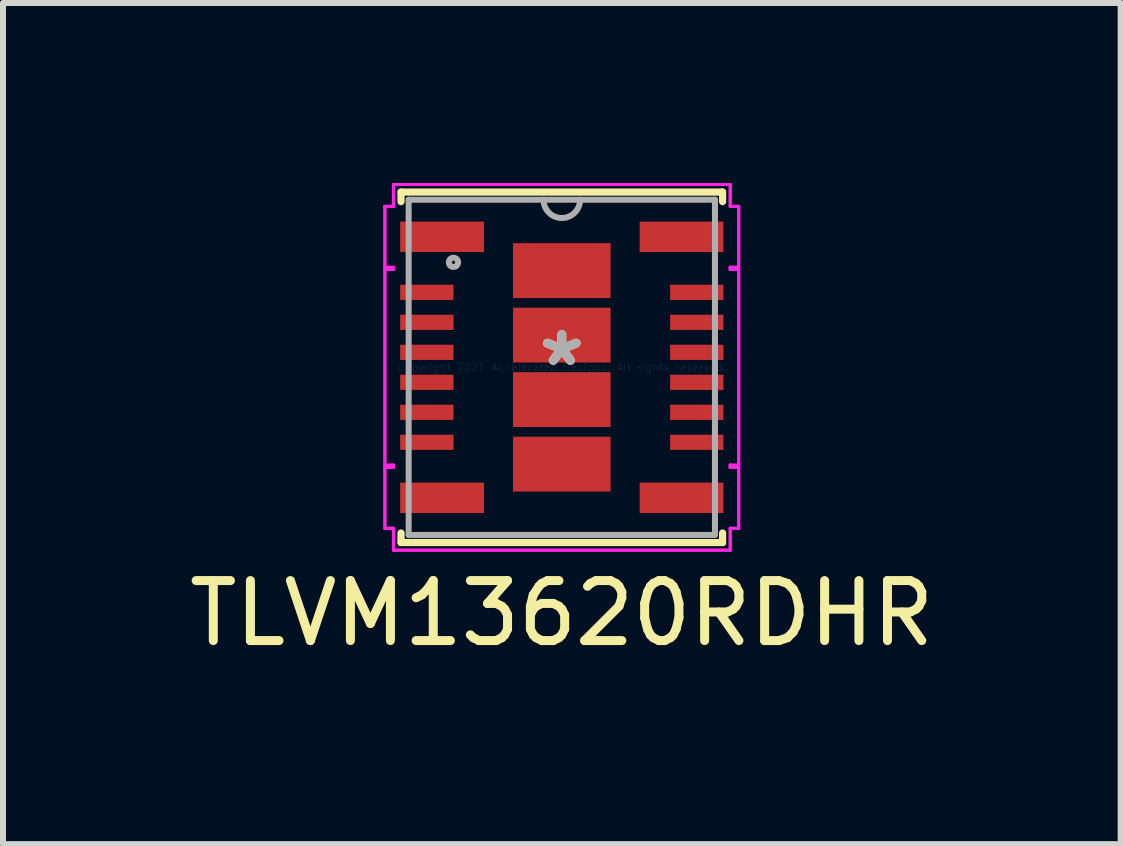
<source format=kicad_pcb>
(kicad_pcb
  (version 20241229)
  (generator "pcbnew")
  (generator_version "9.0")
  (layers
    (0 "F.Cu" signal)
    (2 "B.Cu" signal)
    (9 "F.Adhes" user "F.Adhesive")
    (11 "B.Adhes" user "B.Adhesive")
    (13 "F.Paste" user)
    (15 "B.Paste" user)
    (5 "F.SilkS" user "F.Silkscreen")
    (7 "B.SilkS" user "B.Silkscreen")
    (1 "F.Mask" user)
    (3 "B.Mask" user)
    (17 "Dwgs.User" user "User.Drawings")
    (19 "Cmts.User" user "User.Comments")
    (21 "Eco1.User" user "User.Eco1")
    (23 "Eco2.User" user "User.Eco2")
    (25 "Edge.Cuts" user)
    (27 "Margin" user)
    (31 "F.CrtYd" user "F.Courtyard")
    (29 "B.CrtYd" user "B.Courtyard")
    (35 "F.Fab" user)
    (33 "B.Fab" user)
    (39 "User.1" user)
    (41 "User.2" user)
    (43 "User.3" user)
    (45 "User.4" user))
  (footprint "TLVM13620RDHR"
    (layer "F.Cu")
    (at 6.315 3.073)
    (property "Reference" "TLVM13620RDHR" (at 0 4.1 0) (layer "F.SilkS") (effects (font (size 1 1) (thickness 0.15))))
    (attr through_hole)
    (fp_line (start -2.68 -2.921) (end 2.68 -2.921) (stroke (width 0.12) (type solid)) (layer "F.SilkS"))
    (fp_line (start -2.68 -2.762) (end -2.68 -2.921) (stroke (width 0.12) (type solid)) (layer "F.SilkS"))
    (fp_line (start -2.68 2.921) (end -2.68 2.762) (stroke (width 0.12) (type solid)) (layer "F.SilkS"))
    (fp_line (start 2.68 -2.921) (end 2.68 -2.762) (stroke (width 0.12) (type solid)) (layer "F.SilkS"))
    (fp_line (start 2.68 2.762) (end 2.68 2.921) (stroke (width 0.12) (type solid)) (layer "F.SilkS"))
    (fp_line (start 2.68 2.921) (end -2.68 2.921) (stroke (width 0.12) (type solid)) (layer "F.SilkS"))
    (fp_line (start -2.949 -2.683) (end -2.949 -1.667) (stroke (width 0.05) (type solid)) (layer "F.CrtYd"))
    (fp_line (start -2.949 -2.683) (end -2.949 -1.667) (stroke (width 0.05) (type solid)) (layer "F.CrtYd"))
    (fp_line (start -2.949 -1.667) (end -2.807 -1.667) (stroke (width 0.05) (type solid)) (layer "F.CrtYd"))
    (fp_line (start -2.949 -1.667) (end -2.807 -1.667) (stroke (width 0.05) (type solid)) (layer "F.CrtYd"))
    (fp_line (start -2.949 -1.631) (end -2.949 1.631) (stroke (width 0.05) (type solid)) (layer "F.CrtYd"))
    (fp_line (start -2.949 -1.631) (end -2.949 1.631) (stroke (width 0.05) (type solid)) (layer "F.CrtYd"))
    (fp_line (start -2.949 1.631) (end -2.807 1.631) (stroke (width 0.05) (type solid)) (layer "F.CrtYd"))
    (fp_line (start -2.949 1.631) (end -2.807 1.631) (stroke (width 0.05) (type solid)) (layer "F.CrtYd"))
    (fp_line (start -2.949 1.667) (end -2.949 2.683) (stroke (width 0.05) (type solid)) (layer "F.CrtYd"))
    (fp_line (start -2.949 1.667) (end -2.949 2.683) (stroke (width 0.05) (type solid)) (layer "F.CrtYd"))
    (fp_line (start -2.949 2.683) (end -2.807 2.683) (stroke (width 0.05) (type solid)) (layer "F.CrtYd"))
    (fp_line (start -2.949 2.683) (end -2.807 2.683) (stroke (width 0.05) (type solid)) (layer "F.CrtYd"))
    (fp_line (start -2.807 -3.048) (end -2.807 -2.683) (stroke (width 0.05) (type solid)) (layer "F.CrtYd"))
    (fp_line (start -2.807 -3.048) (end -2.807 -2.683) (stroke (width 0.05) (type solid)) (layer "F.CrtYd"))
    (fp_line (start -2.807 -2.683) (end -2.949 -2.683) (stroke (width 0.05) (type solid)) (layer "F.CrtYd"))
    (fp_line (start -2.807 -2.683) (end -2.949 -2.683) (stroke (width 0.05) (type solid)) (layer "F.CrtYd"))
    (fp_line (start -2.807 -1.667) (end -2.807 -1.631) (stroke (width 0.05) (type solid)) (layer "F.CrtYd"))
    (fp_line (start -2.807 -1.667) (end -2.807 -1.631) (stroke (width 0.05) (type solid)) (layer "F.CrtYd"))
    (fp_line (start -2.807 -1.631) (end -2.949 -1.631) (stroke (width 0.05) (type solid)) (layer "F.CrtYd"))
    (fp_line (start -2.807 -1.631) (end -2.949 -1.631) (stroke (width 0.05) (type solid)) (layer "F.CrtYd"))
    (fp_line (start -2.807 1.631) (end -2.807 1.667) (stroke (width 0.05) (type solid)) (layer "F.CrtYd"))
    (fp_line (start -2.807 1.631) (end -2.807 1.667) (stroke (width 0.05) (type solid)) (layer "F.CrtYd"))
    (fp_line (start -2.807 1.667) (end -2.949 1.667) (stroke (width 0.05) (type solid)) (layer "F.CrtYd"))
    (fp_line (start -2.807 1.667) (end -2.949 1.667) (stroke (width 0.05) (type solid)) (layer "F.CrtYd"))
    (fp_line (start -2.807 2.683) (end -2.807 3.048) (stroke (width 0.05) (type solid)) (layer "F.CrtYd"))
    (fp_line (start -2.807 2.683) (end -2.807 3.048) (stroke (width 0.05) (type solid)) (layer "F.CrtYd"))
    (fp_line (start -2.807 3.048) (end 2.807 3.048) (stroke (width 0.05) (type solid)) (layer "F.CrtYd"))
    (fp_line (start -2.807 3.048) (end 2.807 3.048) (stroke (width 0.05) (type solid)) (layer "F.CrtYd"))
    (fp_line (start 2.807 -3.048) (end -2.807 -3.048) (stroke (width 0.05) (type solid)) (layer "F.CrtYd"))
    (fp_line (start 2.807 -3.048) (end -2.807 -3.048) (stroke (width 0.05) (type solid)) (layer "F.CrtYd"))
    (fp_line (start 2.807 -2.683) (end 2.807 -3.048) (stroke (width 0.05) (type solid)) (layer "F.CrtYd"))
    (fp_line (start 2.807 -2.683) (end 2.807 -3.048) (stroke (width 0.05) (type solid)) (layer "F.CrtYd"))
    (fp_line (start 2.807 -1.667) (end 2.949 -1.667) (stroke (width 0.05) (type solid)) (layer "F.CrtYd"))
    (fp_line (start 2.807 -1.667) (end 2.949 -1.667) (stroke (width 0.05) (type solid)) (layer "F.CrtYd"))
    (fp_line (start 2.807 -1.631) (end 2.807 -1.667) (stroke (width 0.05) (type solid)) (layer "F.CrtYd"))
    (fp_line (start 2.807 -1.631) (end 2.807 -1.667) (stroke (width 0.05) (type solid)) (layer "F.CrtYd"))
    (fp_line (start 2.807 1.631) (end 2.949 1.631) (stroke (width 0.05) (type solid)) (layer "F.CrtYd"))
    (fp_line (start 2.807 1.631) (end 2.949 1.631) (stroke (width 0.05) (type solid)) (layer "F.CrtYd"))
    (fp_line (start 2.807 1.667) (end 2.807 1.631) (stroke (width 0.05) (type solid)) (layer "F.CrtYd"))
    (fp_line (start 2.807 1.667) (end 2.807 1.631) (stroke (width 0.05) (type solid)) (layer "F.CrtYd"))
    (fp_line (start 2.807 2.683) (end 2.949 2.683) (stroke (width 0.05) (type solid)) (layer "F.CrtYd"))
    (fp_line (start 2.807 2.683) (end 2.949 2.683) (stroke (width 0.05) (type solid)) (layer "F.CrtYd"))
    (fp_line (start 2.807 3.048) (end 2.807 2.683) (stroke (width 0.05) (type solid)) (layer "F.CrtYd"))
    (fp_line (start 2.807 3.048) (end 2.807 2.683) (stroke (width 0.05) (type solid)) (layer "F.CrtYd"))
    (fp_line (start 2.949 -2.683) (end 2.807 -2.683) (stroke (width 0.05) (type solid)) (layer "F.CrtYd"))
    (fp_line (start 2.949 -2.683) (end 2.807 -2.683) (stroke (width 0.05) (type solid)) (layer "F.CrtYd"))
    (fp_line (start 2.949 -1.667) (end 2.949 -2.683) (stroke (width 0.05) (type solid)) (layer "F.CrtYd"))
    (fp_line (start 2.949 -1.667) (end 2.949 -2.683) (stroke (width 0.05) (type solid)) (layer "F.CrtYd"))
    (fp_line (start 2.949 -1.631) (end 2.807 -1.631) (stroke (width 0.05) (type solid)) (layer "F.CrtYd"))
    (fp_line (start 2.949 -1.631) (end 2.807 -1.631) (stroke (width 0.05) (type solid)) (layer "F.CrtYd"))
    (fp_line (start 2.949 1.631) (end 2.949 -1.631) (stroke (width 0.05) (type solid)) (layer "F.CrtYd"))
    (fp_line (start 2.949 1.631) (end 2.949 -1.631) (stroke (width 0.05) (type solid)) (layer "F.CrtYd"))
    (fp_line (start 2.949 1.667) (end 2.807 1.667) (stroke (width 0.05) (type solid)) (layer "F.CrtYd"))
    (fp_line (start 2.949 1.667) (end 2.807 1.667) (stroke (width 0.05) (type solid)) (layer "F.CrtYd"))
    (fp_line (start 2.949 2.683) (end 2.949 1.667) (stroke (width 0.05) (type solid)) (layer "F.CrtYd"))
    (fp_line (start 2.949 2.683) (end 2.949 1.667) (stroke (width 0.05) (type solid)) (layer "F.CrtYd"))
    (fp_line (start -2.553 -2.794) (end -2.553 2.794) (stroke (width 0.1) (type solid)) (layer "F.Fab"))
    (fp_line (start -2.553 2.794) (end 2.553 2.794) (stroke (width 0.1) (type solid)) (layer "F.Fab"))
    (fp_line (start 2.553 -2.794) (end -2.553 -2.794) (stroke (width 0.1) (type solid)) (layer "F.Fab"))
    (fp_line (start 2.553 2.794) (end 2.553 -2.794) (stroke (width 0.1) (type solid)) (layer "F.Fab"))
    (fp_arc (start 0.3048 -2.794) (mid 0 -2.4892) (end -0.3048 -2.794) (stroke (width 0.1) (type solid)) (layer "F.Fab"))
    (fp_circle (center -1.806 -1.75) (end -1.729 -1.75) (stroke (width 0.1) (type solid)) (fill no) (layer "F.Fab"))
    (fp_text user "*" (at 0 0 0) (layer "F.SilkS") (effects (font (size 1 1) (thickness 0.15))))
    (fp_text user "Copyright 2021 Accelerated Designs. All rights reserved." (at 0 0 0) (layer "Cmts.User") (effects (font (size 0.127 0.127) (thickness 0.002))))
    (fp_text user "*" (at 0 0 0) (layer "F.Fab") (effects (font (size 1 1) (thickness 0.15))))
    (pad "1" smd rect (at -1.996 -2.175) (size 1.397 0.508) (layers "F.Cu" "F.Mask" "F.Paste"))
    (pad "2" smd rect (at -2.25 -1.25) (size 0.889 0.254) (layers "F.Cu" "F.Mask" "F.Paste"))
    (pad "3" smd rect (at -2.25 -0.75) (size 0.889 0.254) (layers "F.Cu" "F.Mask" "F.Paste"))
    (pad "4" smd rect (at -2.25 -0.25) (size 0.889 0.254) (layers "F.Cu" "F.Mask" "F.Paste"))
    (pad "5" smd rect (at -2.25 0.25) (size 0.889 0.254) (layers "F.Cu" "F.Mask" "F.Paste"))
    (pad "6" smd rect (at -2.25 0.75) (size 0.889 0.254) (layers "F.Cu" "F.Mask" "F.Paste"))
    (pad "7" smd rect (at -2.25 1.25) (size 0.889 0.254) (layers "F.Cu" "F.Mask" "F.Paste"))
    (pad "8" smd rect (at -1.996 2.175) (size 1.397 0.508) (layers "F.Cu" "F.Mask" "F.Paste"))
    (pad "9" smd rect (at 1.996 2.175) (size 1.397 0.508) (layers "F.Cu" "F.Mask" "F.Paste"))
    (pad "10" smd rect (at 2.25 1.25) (size 0.889 0.254) (layers "F.Cu" "F.Mask" "F.Paste"))
    (pad "11" smd rect (at 2.25 0.75) (size 0.889 0.254) (layers "F.Cu" "F.Mask" "F.Paste"))
    (pad "12" smd rect (at 2.25 0.25) (size 0.889 0.254) (layers "F.Cu" "F.Mask" "F.Paste"))
    (pad "13" smd rect (at 2.25 -0.25) (size 0.889 0.254) (layers "F.Cu" "F.Mask" "F.Paste"))
    (pad "14" smd rect (at 2.25 -0.75) (size 0.889 0.254) (layers "F.Cu" "F.Mask" "F.Paste"))
    (pad "15" smd rect (at 2.25 -1.25) (size 0.889 0.254) (layers "F.Cu" "F.Mask" "F.Paste"))
    (pad "16" smd rect (at 1.996 -2.175) (size 1.397 0.508) (layers "F.Cu" "F.Mask" "F.Paste"))
    (pad "17" smd rect (at 0 1.613) (size 1.626 0.914) (layers "F.Cu" "F.Mask"))
    (pad "18" smd rect (at 0 0.538) (size 1.626 0.914) (layers "F.Cu" "F.Mask"))
    (pad "19" smd rect (at 0 -0.537) (size 1.626 0.914) (layers "F.Cu" "F.Mask"))
    (pad "20" smd rect (at 0 -1.612) (size 1.626 0.914) (layers "F.Cu" "F.Mask")))
  (gr_rect
    (start -3 -3)
    (end 15.631 11.021)
    (stroke (width 0.1) (type default))
    (fill no)
    (layer "Edge.Cuts")))
</source>
